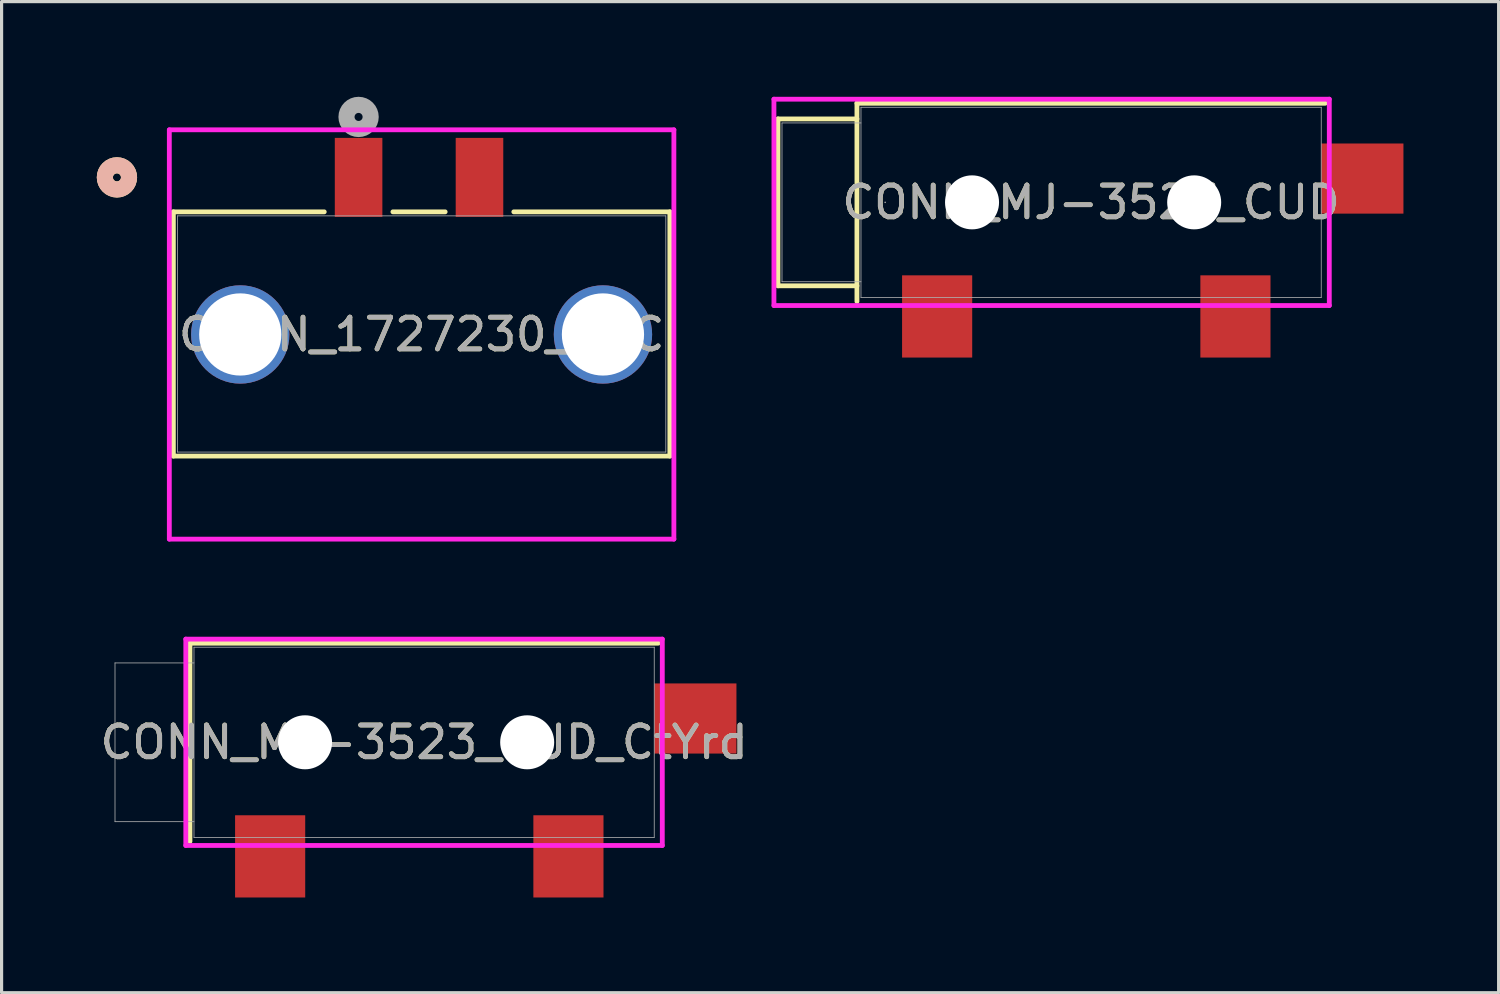
<source format=kicad_pcb>
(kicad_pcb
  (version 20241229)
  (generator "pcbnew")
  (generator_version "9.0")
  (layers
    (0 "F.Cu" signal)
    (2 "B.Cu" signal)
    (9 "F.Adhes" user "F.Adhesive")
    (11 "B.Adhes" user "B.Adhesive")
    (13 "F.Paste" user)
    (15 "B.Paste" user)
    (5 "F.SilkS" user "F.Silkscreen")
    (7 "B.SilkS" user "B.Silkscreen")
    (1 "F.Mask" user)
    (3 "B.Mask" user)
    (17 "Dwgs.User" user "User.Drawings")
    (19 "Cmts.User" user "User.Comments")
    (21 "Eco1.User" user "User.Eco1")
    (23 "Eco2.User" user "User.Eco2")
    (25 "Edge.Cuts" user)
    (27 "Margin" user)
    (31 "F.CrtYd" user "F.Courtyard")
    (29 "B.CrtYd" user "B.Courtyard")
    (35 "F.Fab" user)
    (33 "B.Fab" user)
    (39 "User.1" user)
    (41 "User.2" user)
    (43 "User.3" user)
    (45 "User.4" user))
  (footprint "CONN_MJ-3523_CUD"
    (layer "F.Cu")
    (at 31.334 3.327)
    (property "Reference" "CONN_MJ-3523_CUD" (at 0 0 0) (unlocked yes) (layer "F.SilkS") (effects (font (size 1 1) (thickness 0.15))))
    (attr smd)
    (fp_line (start -9.868 -2.629) (end -9.868 2.629) (stroke (width 0.152) (type solid)) (layer "F.SilkS"))
    (fp_line (start -9.868 2.629) (end -7.379 2.629) (stroke (width 0.152) (type solid)) (layer "F.SilkS"))
    (fp_line (start -7.379 -3.124) (end -7.379 3.124) (stroke (width 0.152) (type solid)) (layer "F.SilkS"))
    (fp_line (start -7.379 -2.629) (end -9.868 -2.629) (stroke (width 0.152) (type solid)) (layer "F.SilkS"))
    (fp_line (start 7.379 -3.124) (end -7.379 -3.124) (stroke (width 0.152) (type solid)) (layer "F.SilkS"))
    (fp_line (start -9.995 -3.251) (end 7.506 -3.251) (stroke (width 0.152) (type solid)) (layer "F.CrtYd"))
    (fp_line (start -9.995 3.251) (end -9.995 -3.251) (stroke (width 0.152) (type solid)) (layer "F.CrtYd"))
    (fp_line (start 7.506 -3.251) (end 7.506 3.251) (stroke (width 0.152) (type solid)) (layer "F.CrtYd"))
    (fp_line (start 7.506 3.251) (end -9.995 3.251) (stroke (width 0.152) (type solid)) (layer "F.CrtYd"))
    (fp_line (start -9.741 -2.502) (end -9.741 2.502) (stroke (width 0.025) (type solid)) (layer "F.Fab"))
    (fp_line (start -9.741 2.502) (end -7.252 2.502) (stroke (width 0.025) (type solid)) (layer "F.Fab"))
    (fp_line (start -7.252 -2.997) (end -7.252 2.997) (stroke (width 0.025) (type solid)) (layer "F.Fab"))
    (fp_line (start -7.252 -2.502) (end -9.741 -2.502) (stroke (width 0.025) (type solid)) (layer "F.Fab"))
    (fp_line (start -7.252 2.997) (end 7.252 2.997) (stroke (width 0.025) (type solid)) (layer "F.Fab"))
    (fp_line (start 7.252 -2.997) (end -7.252 -2.997) (stroke (width 0.025) (type solid)) (layer "F.Fab"))
    (fp_line (start 7.252 2.997) (end 7.252 -2.997) (stroke (width 0.025) (type solid)) (layer "F.Fab"))
    (fp_circle (center -6.49 0) (end -6.49 0) (stroke (width 0.025) (type solid)) (fill no) (layer "F.Fab"))
    (fp_text user "${REFERENCE}" (at 0 0 0) (unlocked yes) (layer "F.Fab") (effects (font (size 1 1) (thickness 0.15))))
    (pad "" np_thru_hole circle (at -3.752 0) (size 1.702 1.702) (drill 1.702) (layers "*.Cu" "*.Mask"))
    (pad "" np_thru_hole circle (at 3.248 0) (size 1.702 1.702) (drill 1.702) (layers "*.Cu" "*.Mask"))
    (pad "1" smd rect (at -4.852 3.595) (size 2.21 2.591) (layers "F.Cu" "F.Mask" "F.Paste"))
    (pad "2" smd rect (at 4.548 3.595) (size 2.21 2.591) (layers "F.Cu" "F.Mask" "F.Paste"))
    (pad "10" smd rect (at 8.547 -0.75) (size 2.591 2.21) (layers "F.Cu" "F.Mask" "F.Paste")))
  (footprint "CONN_1727230_PXC"
    (layer "F.Cu")
    (at 8.25 2.54)
    (property "Reference" "CONN_1727230_PXC" (at 1.986 4.95 0) (unlocked yes) (layer "F.SilkS") (effects (font (size 1 1) (thickness 0.15))))
    (fp_line (start -5.837 1.086) (end -5.837 8.782) (stroke (width 0.152) (type solid)) (layer "F.SilkS"))
    (fp_line (start -5.837 8.782) (end 9.809 8.782) (stroke (width 0.152) (type solid)) (layer "F.SilkS"))
    (fp_line (start -1.082 1.086) (end -5.837 1.086) (stroke (width 0.152) (type solid)) (layer "F.SilkS"))
    (fp_line (start 2.728 1.086) (end 1.082 1.086) (stroke (width 0.152) (type solid)) (layer "F.SilkS"))
    (fp_line (start 9.809 1.086) (end 4.892 1.086) (stroke (width 0.152) (type solid)) (layer "F.SilkS"))
    (fp_line (start 9.809 8.782) (end 9.809 1.086) (stroke (width 0.152) (type solid)) (layer "F.SilkS"))
    (fp_circle (center -7.615 0) (end -7.234 0) (stroke (width 0.508) (type solid)) (fill no) (layer "F.SilkS"))
    (fp_circle (center -7.615 0) (end -7.234 0) (stroke (width 0.508) (type solid)) (fill no) (layer "B.SilkS"))
    (fp_line (start -5.964 -1.499) (end -5.964 11.399) (stroke (width 0.152) (type solid)) (layer "F.CrtYd"))
    (fp_line (start -5.964 11.399) (end 9.936 11.399) (stroke (width 0.152) (type solid)) (layer "F.CrtYd"))
    (fp_line (start 9.936 -1.499) (end -5.964 -1.499) (stroke (width 0.152) (type solid)) (layer "F.CrtYd"))
    (fp_line (start 9.936 11.399) (end 9.936 -1.499) (stroke (width 0.152) (type solid)) (layer "F.CrtYd"))
    (fp_line (start -5.71 1.213) (end -5.71 8.655) (stroke (width 0.025) (type solid)) (layer "F.Fab"))
    (fp_line (start -5.71 8.655) (end 9.682 8.655) (stroke (width 0.025) (type solid)) (layer "F.Fab"))
    (fp_line (start 9.682 1.213) (end -5.71 1.213) (stroke (width 0.025) (type solid)) (layer "F.Fab"))
    (fp_line (start 9.682 8.655) (end 9.682 1.213) (stroke (width 0.025) (type solid)) (layer "F.Fab"))
    (fp_circle (center 0 -1.905) (end 0.381 -1.905) (stroke (width 0.508) (type solid)) (fill no) (layer "F.Fab"))
    (fp_text user "${REFERENCE}" (at 1.986 4.95 0) (unlocked yes) (layer "F.Fab") (effects (font (size 1 1) (thickness 0.15))))
    (pad "1" smd rect (at 0 0) (size 1.499 2.489) (layers "F.Cu" "F.Mask" "F.Paste"))
    (pad "2" smd rect (at 3.81 0) (size 1.499 2.489) (layers "F.Cu" "F.Mask" "F.Paste"))
    (pad "5" thru_hole circle (at -3.729 4.95 90) (size 3.099 3.099) (drill 2.591) (layers "*.Cu" "*.Mask"))
    (pad "6" thru_hole circle (at 7.701 4.95 90) (size 3.099 3.099) (drill 2.591) (layers "*.Cu" "*.Mask")))
  (footprint "CONN_MJ-3523_CUD_CtYrd"
    (layer "F.Cu")
    (at 10.315 20.342)
    (property "Reference" "CONN_MJ-3523_CUD_CtYrd" (at 0 0 0) (unlocked yes) (layer "F.SilkS") (effects (font (size 1 1) (thickness 0.15))))
    (attr smd)
    (fp_line (start -7.379 -3.124) (end -7.379 3.124) (stroke (width 0.152) (type solid)) (layer "F.SilkS"))
    (fp_line (start 7.379 -3.124) (end -7.379 -3.124) (stroke (width 0.152) (type solid)) (layer "F.SilkS"))
    (fp_line (start -7.51 -3.251) (end 7.506 -3.251) (stroke (width 0.152) (type solid)) (layer "F.CrtYd"))
    (fp_line (start -7.51 3.251) (end -7.51 -3.251) (stroke (width 0.152) (type default)) (layer "F.CrtYd"))
    (fp_line (start 7.506 -3.251) (end 7.506 3.251) (stroke (width 0.152) (type solid)) (layer "F.CrtYd"))
    (fp_line (start 7.506 3.251) (end -7.51 3.251) (stroke (width 0.152) (type solid)) (layer "F.CrtYd"))
    (fp_line (start -9.741 -2.502) (end -9.741 2.502) (stroke (width 0.025) (type solid)) (layer "F.Fab"))
    (fp_line (start -9.741 2.502) (end -7.252 2.502) (stroke (width 0.025) (type solid)) (layer "F.Fab"))
    (fp_line (start -7.252 -2.997) (end -7.252 2.997) (stroke (width 0.025) (type solid)) (layer "F.Fab"))
    (fp_line (start -7.252 -2.502) (end -9.741 -2.502) (stroke (width 0.025) (type solid)) (layer "F.Fab"))
    (fp_line (start -7.252 2.997) (end 7.252 2.997) (stroke (width 0.025) (type solid)) (layer "F.Fab"))
    (fp_line (start 7.252 -2.997) (end -7.252 -2.997) (stroke (width 0.025) (type solid)) (layer "F.Fab"))
    (fp_line (start 7.252 2.997) (end 7.252 -2.997) (stroke (width 0.025) (type solid)) (layer "F.Fab"))
    (fp_circle (center -6.49 0) (end -6.49 0) (stroke (width 0.025) (type solid)) (fill no) (layer "F.Fab"))
    (fp_text user "${REFERENCE}" (at 0 0 0) (unlocked yes) (layer "F.Fab") (effects (font (size 1 1) (thickness 0.15))))
    (pad "" np_thru_hole circle (at -3.752 0) (size 1.702 1.702) (drill 1.702) (layers "*.Cu" "*.Mask"))
    (pad "" np_thru_hole circle (at 3.248 0) (size 1.702 1.702) (drill 1.702) (layers "*.Cu" "*.Mask"))
    (pad "1" smd rect (at -4.852 3.595) (size 2.21 2.591) (layers "F.Cu" "F.Mask" "F.Paste"))
    (pad "2" smd rect (at 4.548 3.595) (size 2.21 2.591) (layers "F.Cu" "F.Mask" "F.Paste"))
    (pad "10" smd rect (at 8.547 -0.75) (size 2.591 2.21) (layers "F.Cu" "F.Mask" "F.Paste")))
  (gr_rect
    (start -3 -3)
    (end 44.176 28.233)
    (stroke (width 0.1) (type default))
    (fill no)
    (layer "Edge.Cuts")))
</source>
